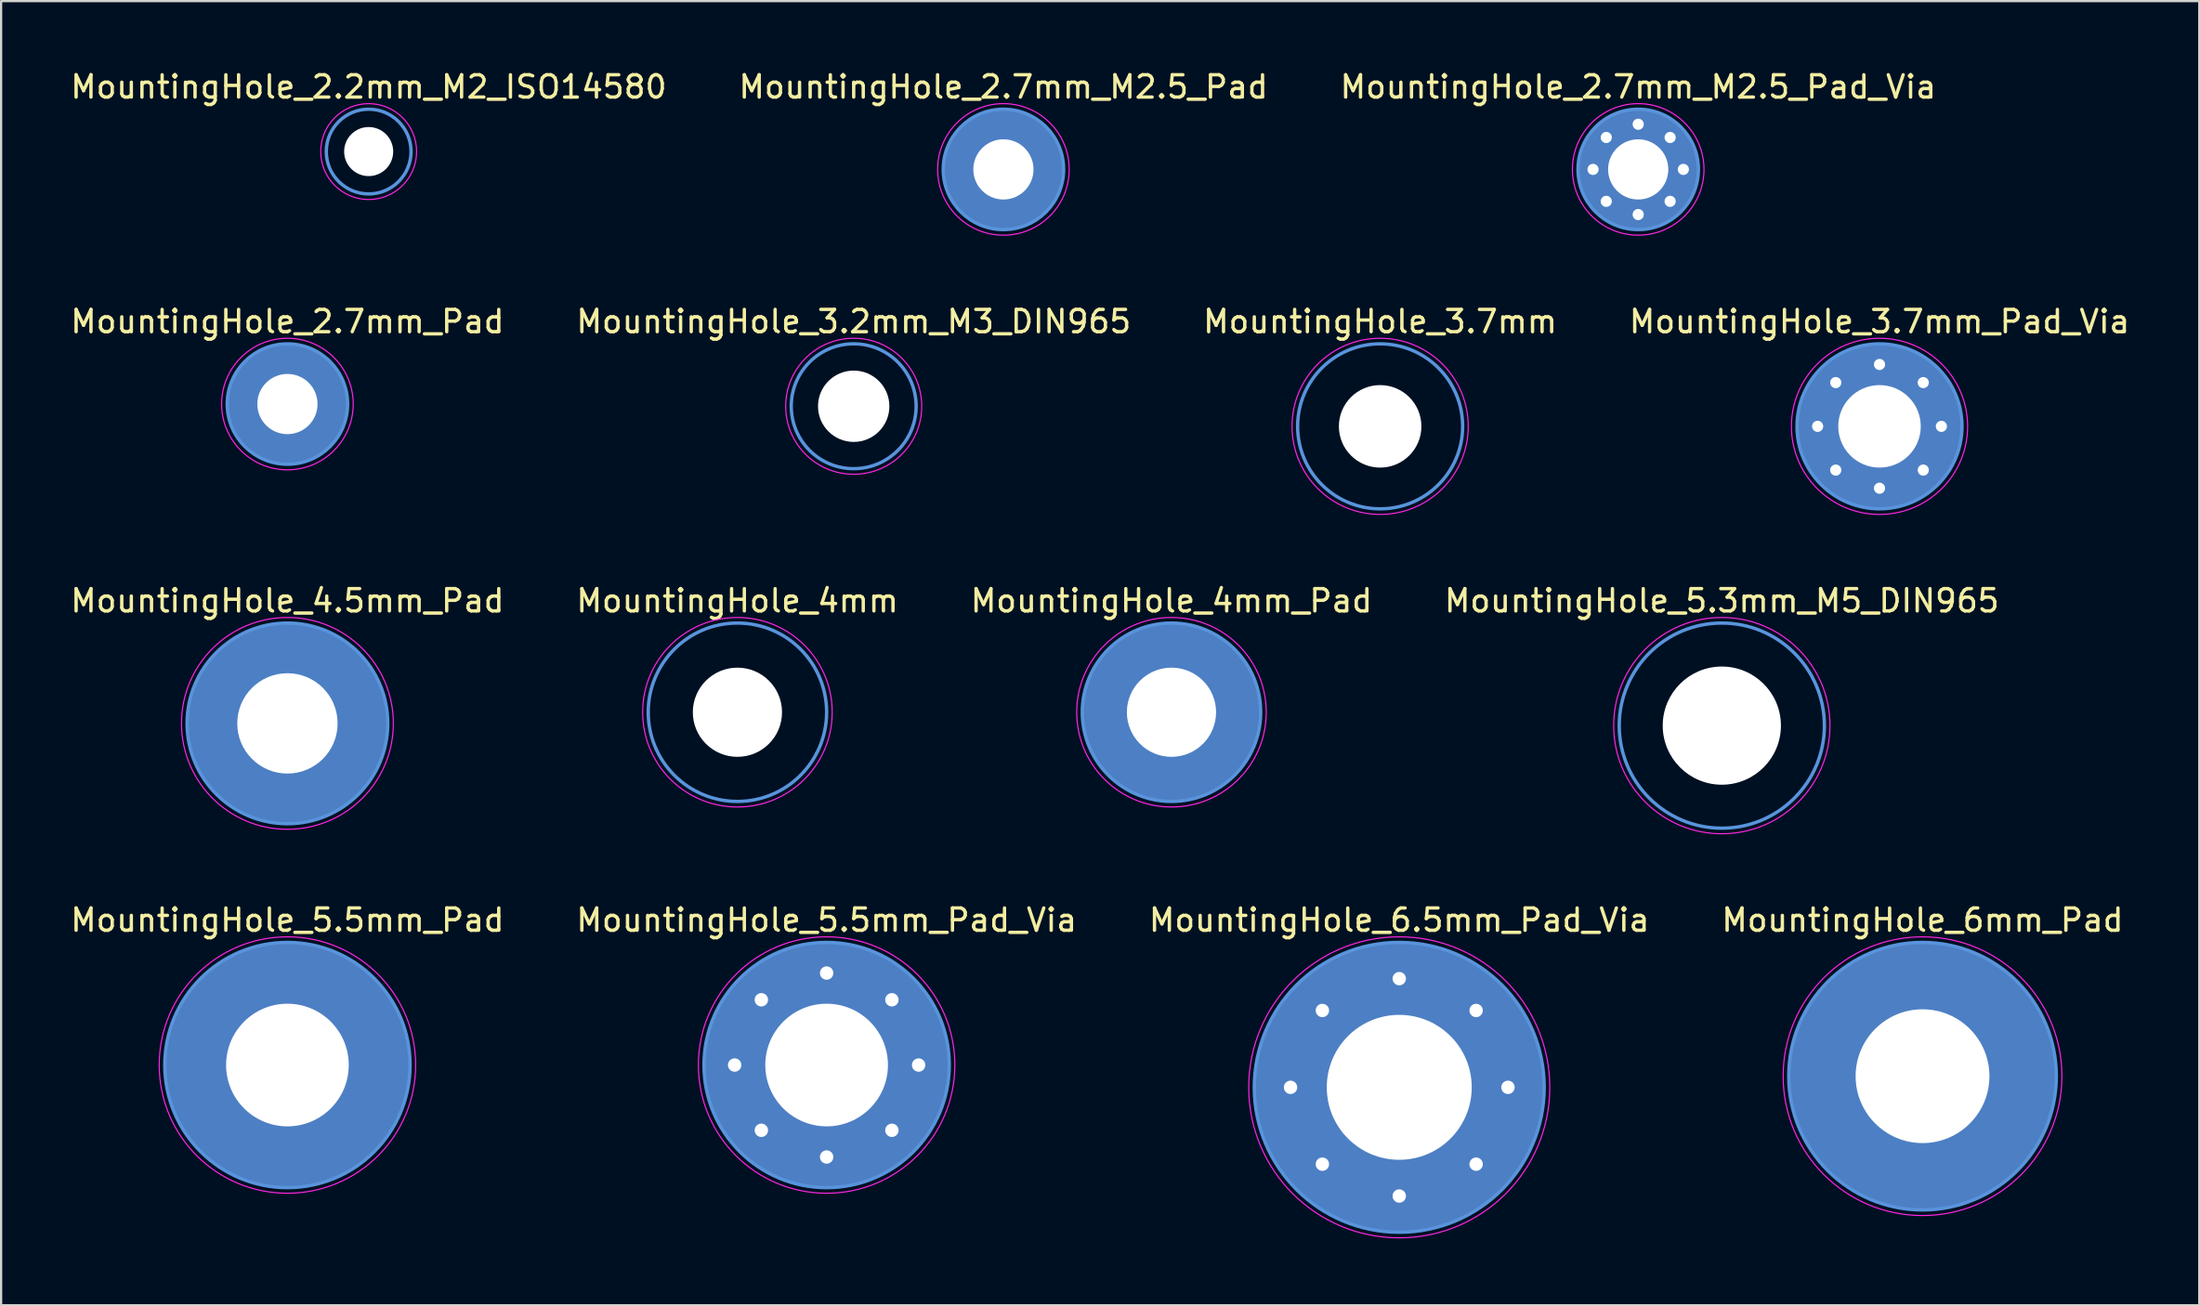
<source format=kicad_pcb>
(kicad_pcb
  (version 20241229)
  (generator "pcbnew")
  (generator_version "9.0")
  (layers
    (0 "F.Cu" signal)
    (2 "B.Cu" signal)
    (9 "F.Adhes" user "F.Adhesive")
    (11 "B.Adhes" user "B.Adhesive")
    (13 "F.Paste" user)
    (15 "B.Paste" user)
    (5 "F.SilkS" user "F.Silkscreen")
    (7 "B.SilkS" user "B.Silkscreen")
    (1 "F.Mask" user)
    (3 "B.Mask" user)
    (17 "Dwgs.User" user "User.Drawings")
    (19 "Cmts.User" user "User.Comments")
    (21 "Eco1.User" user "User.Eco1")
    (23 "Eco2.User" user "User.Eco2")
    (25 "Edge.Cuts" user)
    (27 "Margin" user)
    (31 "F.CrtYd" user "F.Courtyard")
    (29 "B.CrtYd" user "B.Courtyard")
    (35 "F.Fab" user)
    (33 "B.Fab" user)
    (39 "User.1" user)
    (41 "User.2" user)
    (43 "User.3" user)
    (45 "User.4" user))
  (footprint "MountingHole_6mm_Pad"
    (layer "F.Cu")
    (at 83.161 45.218)
    (property "Reference" "MountingHole_6mm_Pad" (at 0 -7 0) (layer "F.SilkS") (effects (font (size 1 1) (thickness 0.15))))
    (attr through_hole)
    (fp_circle (center 0 0) (end 6 0) (stroke (width 0.15) (type solid)) (fill no) (layer "Cmts.User"))
    (fp_circle (center 0 0) (end 6.25 0) (stroke (width 0.05) (type solid)) (fill no) (layer "F.CrtYd"))
    (pad "1" thru_hole circle (at 0 0) (size 12 12) (drill 6) (layers "*.Cu" "*.Mask")))
  (footprint "MountingHole_2.2mm_M2_ISO14580"
    (layer "F.Cu")
    (at 13.482 3.748)
    (property "Reference" "MountingHole_2.2mm_M2_ISO14580" (at 0 -2.9 0) (layer "F.SilkS") (effects (font (size 1 1) (thickness 0.15))))
    (attr through_hole)
    (fp_circle (center 0 0) (end 1.9 0) (stroke (width 0.15) (type solid)) (fill no) (layer "Cmts.User"))
    (fp_circle (center 0 0) (end 2.15 0) (stroke (width 0.05) (type solid)) (fill no) (layer "F.CrtYd"))
    (pad "" np_thru_hole circle (at 0 0) (size 2.2 2.2) (drill 2.2) (layers "*.Cu" "*.Mask")))
  (footprint "MountingHole_4.5mm_Pad"
    (layer "F.Cu")
    (at 9.839 29.395)
    (property "Reference" "MountingHole_4.5mm_Pad" (at 0 -5.5 0) (layer "F.SilkS") (effects (font (size 1 1) (thickness 0.15))))
    (attr through_hole)
    (fp_circle (center 0 0) (end 4.5 0) (stroke (width 0.15) (type solid)) (fill no) (layer "Cmts.User"))
    (fp_circle (center 0 0) (end 4.75 0) (stroke (width 0.05) (type solid)) (fill no) (layer "F.CrtYd"))
    (pad "1" thru_hole circle (at 0 0) (size 9 9) (drill 4.5) (layers "*.Cu" "*.Mask")))
  (footprint "MountingHole_3.7mm"
    (layer "F.Cu")
    (at 58.839 16.072)
    (property "Reference" "MountingHole_3.7mm" (at 0 -4.7 0) (layer "F.SilkS") (effects (font (size 1 1) (thickness 0.15))))
    (attr through_hole)
    (fp_circle (center 0 0) (end 3.7 0) (stroke (width 0.15) (type solid)) (fill no) (layer "Cmts.User"))
    (fp_circle (center 0 0) (end 3.95 0) (stroke (width 0.05) (type solid)) (fill no) (layer "F.CrtYd"))
    (pad "" np_thru_hole circle (at 0 0) (size 3.7 3.7) (drill 3.7) (layers "*.Cu" "*.Mask")))
  (footprint "MountingHole_3.7mm_Pad_Via"
    (layer "F.Cu")
    (at 81.232 16.072)
    (property "Reference" "MountingHole_3.7mm_Pad_Via" (at 0 -4.7 0) (layer "F.SilkS") (effects (font (size 1 1) (thickness 0.15))))
    (attr through_hole)
    (fp_circle (center 0 0) (end 3.7 0) (stroke (width 0.15) (type solid)) (fill no) (layer "Cmts.User"))
    (fp_circle (center 0 0) (end 3.95 0) (stroke (width 0.05) (type solid)) (fill no) (layer "F.CrtYd"))
    (pad "" thru_hole circle (at -2.775 0) (size 0.6 0.6) (drill 0.5) (layers "*.Cu" "*.Mask"))
    (pad "" thru_hole circle (at -1.962 -1.962) (size 0.6 0.6) (drill 0.5) (layers "*.Cu" "*.Mask"))
    (pad "" thru_hole circle (at -1.962 1.962) (size 0.6 0.6) (drill 0.5) (layers "*.Cu" "*.Mask"))
    (pad "" thru_hole circle (at 0 -2.775) (size 0.6 0.6) (drill 0.5) (layers "*.Cu" "*.Mask"))
    (pad "" thru_hole circle (at 0 2.775) (size 0.6 0.6) (drill 0.5) (layers "*.Cu" "*.Mask"))
    (pad "" thru_hole circle (at 1.962 -1.962) (size 0.6 0.6) (drill 0.5) (layers "*.Cu" "*.Mask"))
    (pad "" thru_hole circle (at 1.962 1.962) (size 0.6 0.6) (drill 0.5) (layers "*.Cu" "*.Mask"))
    (pad "" thru_hole circle (at 2.775 0) (size 0.6 0.6) (drill 0.5) (layers "*.Cu" "*.Mask"))
    (pad "1" thru_hole circle (at 0 0) (size 7.4 7.4) (drill 3.7) (layers "*.Cu" "*.Mask")))
  (footprint "MountingHole_2.7mm_Pad"
    (layer "F.Cu")
    (at 9.839 15.072)
    (property "Reference" "MountingHole_2.7mm_Pad" (at 0 -3.7 0) (layer "F.SilkS") (effects (font (size 1 1) (thickness 0.15))))
    (attr through_hole)
    (fp_circle (center 0 0) (end 2.7 0) (stroke (width 0.15) (type solid)) (fill no) (layer "Cmts.User"))
    (fp_circle (center 0 0) (end 2.95 0) (stroke (width 0.05) (type solid)) (fill no) (layer "F.CrtYd"))
    (pad "1" thru_hole circle (at 0 0) (size 5.4 5.4) (drill 2.7) (layers "*.Cu" "*.Mask")))
  (footprint "MountingHole_5.5mm_Pad"
    (layer "F.Cu")
    (at 9.839 44.718)
    (property "Reference" "MountingHole_5.5mm_Pad" (at 0 -6.5 0) (layer "F.SilkS") (effects (font (size 1 1) (thickness 0.15))))
    (attr through_hole)
    (fp_circle (center 0 0) (end 5.5 0) (stroke (width 0.15) (type solid)) (fill no) (layer "Cmts.User"))
    (fp_circle (center 0 0) (end 5.75 0) (stroke (width 0.05) (type solid)) (fill no) (layer "F.CrtYd"))
    (pad "1" thru_hole circle (at 0 0) (size 11 11) (drill 5.5) (layers "*.Cu" "*.Mask")))
  (footprint "MountingHole_5.3mm_M5_DIN965"
    (layer "F.Cu")
    (at 74.161 29.495)
    (property "Reference" "MountingHole_5.3mm_M5_DIN965" (at 0 -5.6 0) (layer "F.SilkS") (effects (font (size 1 1) (thickness 0.15))))
    (attr through_hole)
    (fp_circle (center 0 0) (end 4.6 0) (stroke (width 0.15) (type solid)) (fill no) (layer "Cmts.User"))
    (fp_circle (center 0 0) (end 4.85 0) (stroke (width 0.05) (type solid)) (fill no) (layer "F.CrtYd"))
    (pad "" np_thru_hole circle (at 0 0) (size 5.3 5.3) (drill 5.3) (layers "*.Cu" "*.Mask")))
  (footprint "MountingHole_5.5mm_Pad_Via"
    (layer "F.Cu")
    (at 34.018 44.718)
    (property "Reference" "MountingHole_5.5mm_Pad_Via" (at 0 -6.5 0) (layer "F.SilkS") (effects (font (size 1 1) (thickness 0.15))))
    (attr through_hole)
    (fp_circle (center 0 0) (end 5.5 0) (stroke (width 0.15) (type solid)) (fill no) (layer "Cmts.User"))
    (fp_circle (center 0 0) (end 5.75 0) (stroke (width 0.05) (type solid)) (fill no) (layer "F.CrtYd"))
    (pad "" thru_hole circle (at -4.125 0) (size 0.7 0.7) (drill 0.6) (layers "*.Cu" "*.Mask"))
    (pad "" thru_hole circle (at -2.927 -2.927) (size 0.7 0.7) (drill 0.6) (layers "*.Cu" "*.Mask"))
    (pad "" thru_hole circle (at -2.927 2.927) (size 0.7 0.7) (drill 0.6) (layers "*.Cu" "*.Mask"))
    (pad "" thru_hole circle (at 0 -4.125) (size 0.7 0.7) (drill 0.6) (layers "*.Cu" "*.Mask"))
    (pad "" thru_hole circle (at 0 4.125) (size 0.7 0.7) (drill 0.6) (layers "*.Cu" "*.Mask"))
    (pad "" thru_hole circle (at 2.927 -2.927) (size 0.7 0.7) (drill 0.6) (layers "*.Cu" "*.Mask"))
    (pad "" thru_hole circle (at 2.927 2.927) (size 0.7 0.7) (drill 0.6) (layers "*.Cu" "*.Mask"))
    (pad "" thru_hole circle (at 4.125 0) (size 0.7 0.7) (drill 0.6) (layers "*.Cu" "*.Mask"))
    (pad "1" thru_hole circle (at 0 0) (size 11 11) (drill 5.5) (layers "*.Cu" "*.Mask")))
  (footprint "MountingHole_3.2mm_M3_DIN965"
    (layer "F.Cu")
    (at 35.232 15.171)
    (property "Reference" "MountingHole_3.2mm_M3_DIN965" (at 0 -3.8 0) (layer "F.SilkS") (effects (font (size 1 1) (thickness 0.15))))
    (attr through_hole)
    (fp_circle (center 0 0) (end 2.8 0) (stroke (width 0.15) (type solid)) (fill no) (layer "Cmts.User"))
    (fp_circle (center 0 0) (end 3.05 0) (stroke (width 0.05) (type solid)) (fill no) (layer "F.CrtYd"))
    (pad "" np_thru_hole circle (at 0 0) (size 3.2 3.2) (drill 3.2) (layers "*.Cu" "*.Mask")))
  (footprint "MountingHole_2.7mm_M2.5_Pad_Via"
    (layer "F.Cu")
    (at 70.411 4.548)
    (property "Reference" "MountingHole_2.7mm_M2.5_Pad_Via" (at 0 -3.7 0) (layer "F.SilkS") (effects (font (size 1 1) (thickness 0.15))))
    (attr through_hole)
    (fp_circle (center 0 0) (end 2.7 0) (stroke (width 0.15) (type solid)) (fill no) (layer "Cmts.User"))
    (fp_circle (center 0 0) (end 2.95 0) (stroke (width 0.05) (type solid)) (fill no) (layer "F.CrtYd"))
    (pad "" thru_hole circle (at -2.025 0) (size 0.6 0.6) (drill 0.5) (layers "*.Cu" "*.Mask"))
    (pad "" thru_hole circle (at -1.432 -1.432) (size 0.6 0.6) (drill 0.5) (layers "*.Cu" "*.Mask"))
    (pad "" thru_hole circle (at -1.432 1.432) (size 0.6 0.6) (drill 0.5) (layers "*.Cu" "*.Mask"))
    (pad "" thru_hole circle (at 0 -2.025) (size 0.6 0.6) (drill 0.5) (layers "*.Cu" "*.Mask"))
    (pad "" thru_hole circle (at 0 2.025) (size 0.6 0.6) (drill 0.5) (layers "*.Cu" "*.Mask"))
    (pad "" thru_hole circle (at 1.432 -1.432) (size 0.6 0.6) (drill 0.5) (layers "*.Cu" "*.Mask"))
    (pad "" thru_hole circle (at 1.432 1.432) (size 0.6 0.6) (drill 0.5) (layers "*.Cu" "*.Mask"))
    (pad "" thru_hole circle (at 2.025 0) (size 0.6 0.6) (drill 0.5) (layers "*.Cu" "*.Mask"))
    (pad "1" thru_hole circle (at 0 0) (size 5.4 5.4) (drill 2.7) (layers "*.Cu" "*.Mask")))
  (footprint "MountingHole_2.7mm_M2.5_Pad"
    (layer "F.Cu")
    (at 41.946 4.548)
    (property "Reference" "MountingHole_2.7mm_M2.5_Pad" (at 0 -3.7 0) (layer "F.SilkS") (effects (font (size 1 1) (thickness 0.15))))
    (attr through_hole)
    (fp_circle (center 0 0) (end 2.7 0) (stroke (width 0.15) (type solid)) (fill no) (layer "Cmts.User"))
    (fp_circle (center 0 0) (end 2.95 0) (stroke (width 0.05) (type solid)) (fill no) (layer "F.CrtYd"))
    (pad "1" thru_hole circle (at 0 0) (size 5.4 5.4) (drill 2.7) (layers "*.Cu" "*.Mask")))
  (footprint "MountingHole_6.5mm_Pad_Via"
    (layer "F.Cu")
    (at 59.696 45.718)
    (property "Reference" "MountingHole_6.5mm_Pad_Via" (at 0 -7.5 0) (layer "F.SilkS") (effects (font (size 1 1) (thickness 0.15))))
    (attr through_hole)
    (fp_circle (center 0 0) (end 6.5 0) (stroke (width 0.15) (type solid)) (fill no) (layer "Cmts.User"))
    (fp_circle (center 0 0) (end 6.75 0) (stroke (width 0.05) (type solid)) (fill no) (layer "F.CrtYd"))
    (pad "" thru_hole circle (at -4.875 0) (size 0.7 0.7) (drill 0.6) (layers "*.Cu" "*.Mask"))
    (pad "" thru_hole circle (at -3.447 -3.447) (size 0.7 0.7) (drill 0.6) (layers "*.Cu" "*.Mask"))
    (pad "" thru_hole circle (at -3.447 3.447) (size 0.7 0.7) (drill 0.6) (layers "*.Cu" "*.Mask"))
    (pad "" thru_hole circle (at 0 -4.875) (size 0.7 0.7) (drill 0.6) (layers "*.Cu" "*.Mask"))
    (pad "" thru_hole circle (at 0 4.875) (size 0.7 0.7) (drill 0.6) (layers "*.Cu" "*.Mask"))
    (pad "" thru_hole circle (at 3.447 -3.447) (size 0.7 0.7) (drill 0.6) (layers "*.Cu" "*.Mask"))
    (pad "" thru_hole circle (at 3.447 3.447) (size 0.7 0.7) (drill 0.6) (layers "*.Cu" "*.Mask"))
    (pad "" thru_hole circle (at 4.875 0) (size 0.7 0.7) (drill 0.6) (layers "*.Cu" "*.Mask"))
    (pad "1" thru_hole circle (at 0 0) (size 13 13) (drill 6.5) (layers "*.Cu" "*.Mask")))
  (footprint "MountingHole_4mm"
    (layer "F.Cu")
    (at 30.018 28.895)
    (property "Reference" "MountingHole_4mm" (at 0 -5 0) (layer "F.SilkS") (effects (font (size 1 1) (thickness 0.15))))
    (attr through_hole)
    (fp_circle (center 0 0) (end 4 0) (stroke (width 0.15) (type solid)) (fill no) (layer "Cmts.User"))
    (fp_circle (center 0 0) (end 4.25 0) (stroke (width 0.05) (type solid)) (fill no) (layer "F.CrtYd"))
    (pad "" np_thru_hole circle (at 0 0) (size 4 4) (drill 4) (layers "*.Cu" "*.Mask")))
  (footprint "MountingHole_4mm_Pad"
    (layer "F.Cu")
    (at 49.482 28.895)
    (property "Reference" "MountingHole_4mm_Pad" (at 0 -5 0) (layer "F.SilkS") (effects (font (size 1 1) (thickness 0.15))))
    (attr through_hole)
    (fp_circle (center 0 0) (end 4 0) (stroke (width 0.15) (type solid)) (fill no) (layer "Cmts.User"))
    (fp_circle (center 0 0) (end 4.25 0) (stroke (width 0.05) (type solid)) (fill no) (layer "F.CrtYd"))
    (pad "1" thru_hole circle (at 0 0) (size 8 8) (drill 4) (layers "*.Cu" "*.Mask")))
  (gr_rect
    (start -3 -3)
    (end 95.571 55.493)
    (stroke (width 0.1) (type default))
    (fill no)
    (layer "Edge.Cuts")))
</source>
